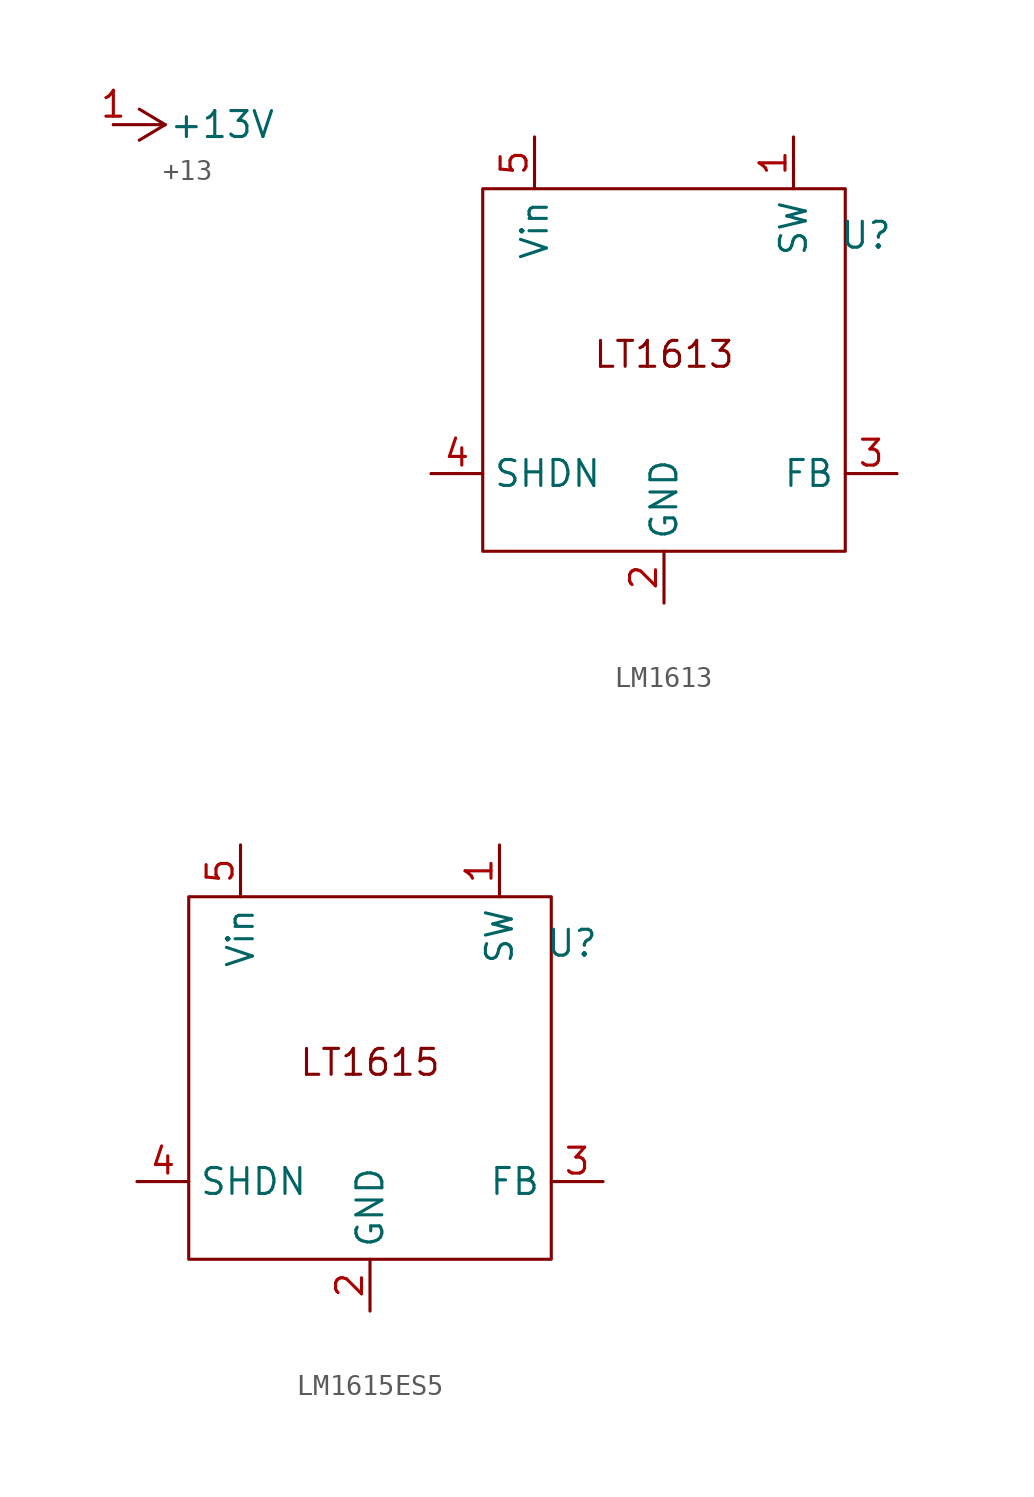
<source format=kicad_sym>
(kicad_symbol_lib
  (version 20231120)
  (generator "kicad_symbol_editor")
  (generator_version "8.0")
  (symbol "+13"
    (property "Reference" "#PWR"
      (at 0 6.858 0)
      (effects (font (size 1.27 1.27)) (hide yes)))
    (property "Value" "+13V"
      (at 5.334 0 0)
      (effects (font (size 1.27 1.27))))
    (symbol "+13_0_1"
      (polyline (pts (xy 0 0) (xy 2.54 0)) (stroke (width 0) (type default)) (fill (type none)))
      (polyline (pts (xy 1.27 0.762) (xy 2.54 0)) (stroke (width 0) (type default)) (fill (type none)))
      (polyline (pts (xy 2.54 0) (xy 1.27 -0.762)) (stroke (width 0) (type default)) (fill (type none))))
    (symbol "+13_1_1"
      (pin power_in line (at 0 0 0) (length 0) (name "~" (effects (font (size 1.27 1.27)))) (number "1" (effects (font (size 1.27 1.27)))))))
  (symbol "LM1613"
    (property "Reference" "U"
      (at 9.906 6.604 0)
      (effects (font (size 1.27 1.27))))
    (symbol "LM1613_0_1"
      (rectangle (start -8.89 8.89) (end 8.89 -8.89) (stroke (width 0) (type default)) (fill (type none))))
    (symbol "LM1613_1_1"
      (text "LT1613" (at 0 0.762 0) (effects (font (size 1.27 1.27))))
      (pin power_out line (at 6.35 11.43 270) (length 2.54) (name "SW" (effects (font (size 1.27 1.27)))) (number "1" (effects (font (size 1.27 1.27)))))
      (pin power_in line (at 0 -11.43 90) (length 2.54) (name "GND" (effects (font (size 1.27 1.27)))) (number "2" (effects (font (size 1.27 1.27)))))
      (pin input line (at 11.43 -5.08 180) (length 2.54) (name "FB" (effects (font (size 1.27 1.27)))) (number "3" (effects (font (size 1.27 1.27)))))
      (pin input line (at -11.43 -5.08 0) (length 2.54) (name "SHDN" (effects (font (size 1.27 1.27)))) (number "4" (effects (font (size 1.27 1.27)))))
      (pin power_in line (at -6.35 11.43 270) (length 2.54) (name "Vin" (effects (font (size 1.27 1.27)))) (number "5" (effects (font (size 1.27 1.27)))))))
  (symbol "LM1615ES5"
    (property "Reference" "U"
      (at 9.906 6.604 0)
      (effects (font (size 1.27 1.27))))
    (symbol "LM1615ES5_0_1"
      (rectangle (start -8.89 8.89) (end 8.89 -8.89) (stroke (width 0) (type default)) (fill (type none))))
    (symbol "LM1615ES5_1_1"
      (text "LT1615" (at 0 0.762 0) (effects (font (size 1.27 1.27))))
      (pin power_out line (at 6.35 11.43 270) (length 2.54) (name "SW" (effects (font (size 1.27 1.27)))) (number "1" (effects (font (size 1.27 1.27)))))
      (pin power_in line (at 0 -11.43 90) (length 2.54) (name "GND" (effects (font (size 1.27 1.27)))) (number "2" (effects (font (size 1.27 1.27)))))
      (pin input line (at 11.43 -5.08 180) (length 2.54) (name "FB" (effects (font (size 1.27 1.27)))) (number "3" (effects (font (size 1.27 1.27)))))
      (pin input line (at -11.43 -5.08 0) (length 2.54) (name "SHDN" (effects (font (size 1.27 1.27)))) (number "4" (effects (font (size 1.27 1.27)))))
      (pin power_in line (at -6.35 11.43 270) (length 2.54) (name "Vin" (effects (font (size 1.27 1.27)))) (number "5" (effects (font (size 1.27 1.27))))))))
</source>
